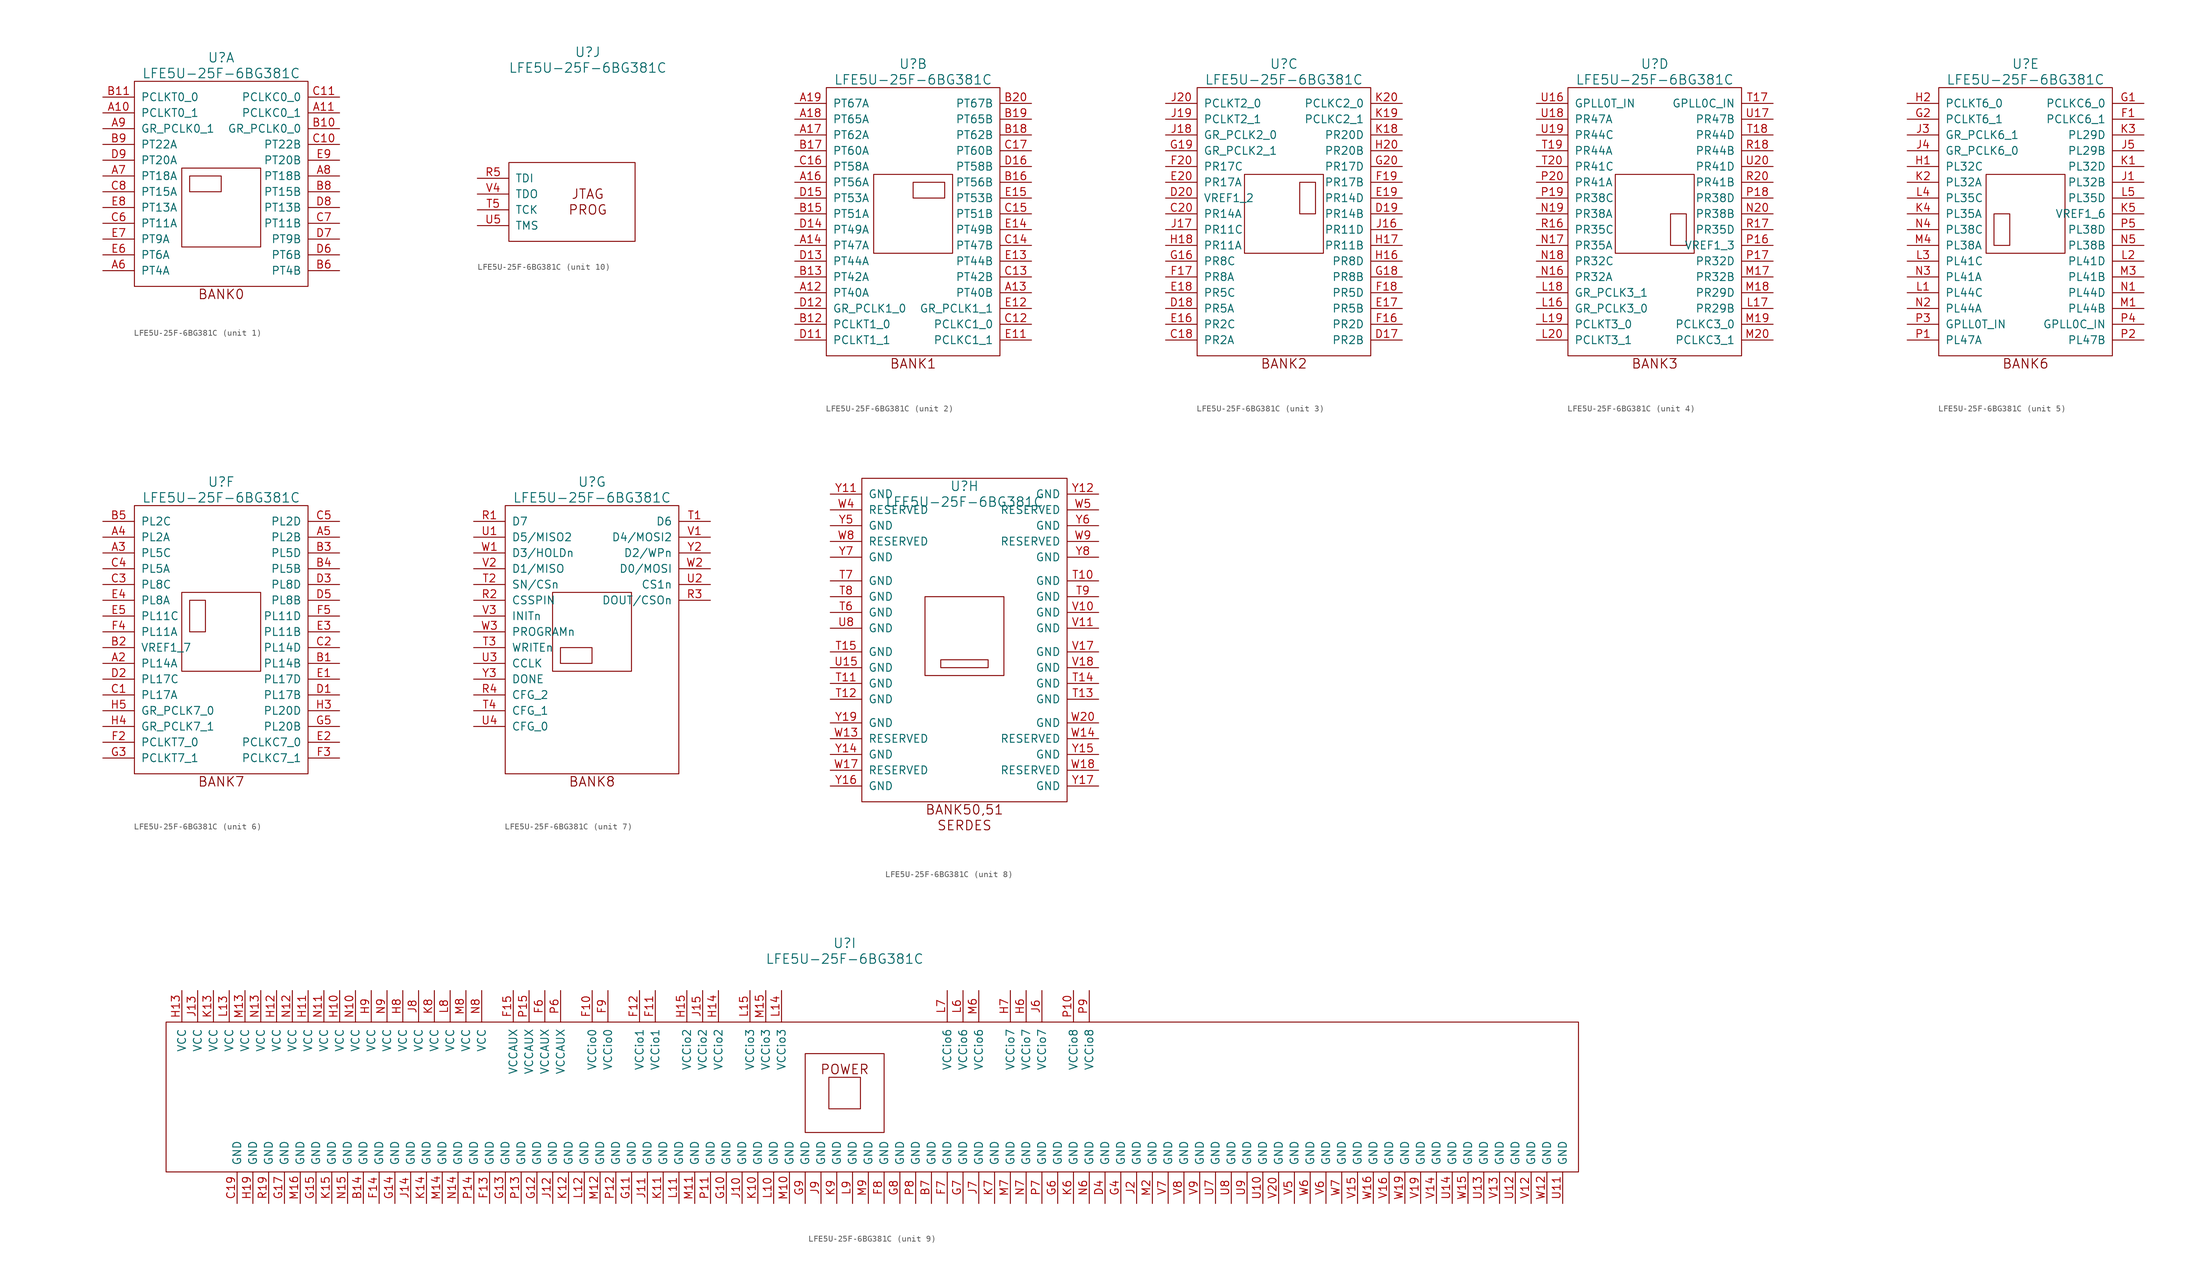
<source format=kicad_sym>
(kicad_symbol_lib
  (version 20241209)
  (generator "kicad_symbol_editor")
  (generator_version "9.0")
  (symbol "LFE5U-25F-6BG381C"
    (pin_names
      (offset 1.016))
    (property "Reference" "U"
      (at 0 24.13 0)
      (effects (font (size 1.524 1.524))))
    (property "Value" "LFE5U-25F-6BG381C"
      (at 0 21.59 0)
      (effects (font (size 1.524 1.524))))
    (property "Footprint" ""
      (at -26.67 24.13 0)
      (effects (font (size 1.524 1.524))))
    (property "Datasheet" ""
      (at -26.67 24.13 0)
      (effects (font (size 1.524 1.524))))
    (property "ki_locked" ""
      (at 0 0 0)
      (effects (font (size 1.27 1.27))))
    (symbol "LFE5U-25F-6BG381C_1_1"
      (rectangle (start -13.97 20.32) (end 13.97 -12.7) (stroke (width 0) (type solid)) (fill (type none)))
      (rectangle (start -6.35 6.35) (end 6.35 -6.35) (stroke (width 0) (type solid)) (fill (type none)))
      (rectangle (start -5.08 5.08) (end 0 2.54) (stroke (width 0) (type solid)) (fill (type none)))
      (text "BANK0" (at 0 -13.97 0) (effects (font (size 1.524 1.524))))
      (pin input line (at -19.05 17.78 0) (length 5.08) (name "PCLKT0_0" (effects (font (size 1.27 1.27)))) (number "B11" (effects (font (size 1.27 1.27)))))
      (pin input line (at -19.05 15.24 0) (length 5.08) (name "PCLKT0_1" (effects (font (size 1.27 1.27)))) (number "A10" (effects (font (size 1.27 1.27)))))
      (pin input line (at -19.05 12.7 0) (length 5.08) (name "GR_PCLK0_1" (effects (font (size 1.27 1.27)))) (number "A9" (effects (font (size 1.27 1.27)))))
      (pin input line (at -19.05 10.16 0) (length 5.08) (name "PT22A" (effects (font (size 1.27 1.27)))) (number "B9" (effects (font (size 1.27 1.27)))))
      (pin input line (at -19.05 7.62 0) (length 5.08) (name "PT20A" (effects (font (size 1.27 1.27)))) (number "D9" (effects (font (size 1.27 1.27)))))
      (pin input line (at -19.05 5.08 0) (length 5.08) (name "PT18A" (effects (font (size 1.27 1.27)))) (number "A7" (effects (font (size 1.27 1.27)))))
      (pin input line (at -19.05 2.54 0) (length 5.08) (name "PT15A" (effects (font (size 1.27 1.27)))) (number "C8" (effects (font (size 1.27 1.27)))))
      (pin input line (at -19.05 0 0) (length 5.08) (name "PT13A" (effects (font (size 1.27 1.27)))) (number "E8" (effects (font (size 1.27 1.27)))))
      (pin input line (at -19.05 -2.54 0) (length 5.08) (name "PT11A" (effects (font (size 1.27 1.27)))) (number "C6" (effects (font (size 1.27 1.27)))))
      (pin input line (at -19.05 -5.08 0) (length 5.08) (name "PT9A" (effects (font (size 1.27 1.27)))) (number "E7" (effects (font (size 1.27 1.27)))))
      (pin input line (at -19.05 -7.62 0) (length 5.08) (name "PT6A" (effects (font (size 1.27 1.27)))) (number "E6" (effects (font (size 1.27 1.27)))))
      (pin input line (at -19.05 -10.16 0) (length 5.08) (name "PT4A" (effects (font (size 1.27 1.27)))) (number "A6" (effects (font (size 1.27 1.27)))))
      (pin input line (at 19.05 17.78 180) (length 5.08) (name "PCLKC0_0" (effects (font (size 1.27 1.27)))) (number "C11" (effects (font (size 1.27 1.27)))))
      (pin input line (at 19.05 15.24 180) (length 5.08) (name "PCLKC0_1" (effects (font (size 1.27 1.27)))) (number "A11" (effects (font (size 1.27 1.27)))))
      (pin input line (at 19.05 12.7 180) (length 5.08) (name "GR_PCLK0_0" (effects (font (size 1.27 1.27)))) (number "B10" (effects (font (size 1.27 1.27)))))
      (pin input line (at 19.05 10.16 180) (length 5.08) (name "PT22B" (effects (font (size 1.27 1.27)))) (number "C10" (effects (font (size 1.27 1.27)))))
      (pin input line (at 19.05 7.62 180) (length 5.08) (name "PT20B" (effects (font (size 1.27 1.27)))) (number "E9" (effects (font (size 1.27 1.27)))))
      (pin input line (at 19.05 5.08 180) (length 5.08) (name "PT18B" (effects (font (size 1.27 1.27)))) (number "A8" (effects (font (size 1.27 1.27)))))
      (pin input line (at 19.05 2.54 180) (length 5.08) (name "PT15B" (effects (font (size 1.27 1.27)))) (number "B8" (effects (font (size 1.27 1.27)))))
      (pin input line (at 19.05 0 180) (length 5.08) (name "PT13B" (effects (font (size 1.27 1.27)))) (number "D8" (effects (font (size 1.27 1.27)))))
      (pin input line (at 19.05 -2.54 180) (length 5.08) (name "PT11B" (effects (font (size 1.27 1.27)))) (number "C7" (effects (font (size 1.27 1.27)))))
      (pin input line (at 19.05 -5.08 180) (length 5.08) (name "PT9B" (effects (font (size 1.27 1.27)))) (number "D7" (effects (font (size 1.27 1.27)))))
      (pin input line (at 19.05 -7.62 180) (length 5.08) (name "PT6B" (effects (font (size 1.27 1.27)))) (number "D6" (effects (font (size 1.27 1.27)))))
      (pin input line (at 19.05 -10.16 180) (length 5.08) (name "PT4B" (effects (font (size 1.27 1.27)))) (number "B6" (effects (font (size 1.27 1.27))))))
    (symbol "LFE5U-25F-6BG381C_2_0"
      (text "BANK1" (at 0 -24.13 0) (effects (font (size 1.524 1.524)))))
    (symbol "LFE5U-25F-6BG381C_2_1"
      (rectangle (start -13.97 20.32) (end 13.97 -22.86) (stroke (width 0) (type solid)) (fill (type none)))
      (rectangle (start -6.35 6.35) (end 6.35 -6.35) (stroke (width 0) (type solid)) (fill (type none)))
      (rectangle (start 0 5.08) (end 5.08 2.54) (stroke (width 0) (type solid)) (fill (type none)))
      (pin input line (at -19.05 17.78 0) (length 5.08) (name "PT67A" (effects (font (size 1.27 1.27)))) (number "A19" (effects (font (size 1.27 1.27)))))
      (pin input line (at -19.05 15.24 0) (length 5.08) (name "PT65A" (effects (font (size 1.27 1.27)))) (number "A18" (effects (font (size 1.27 1.27)))))
      (pin input line (at -19.05 12.7 0) (length 5.08) (name "PT62A" (effects (font (size 1.27 1.27)))) (number "A17" (effects (font (size 1.27 1.27)))))
      (pin input line (at -19.05 10.16 0) (length 5.08) (name "PT60A" (effects (font (size 1.27 1.27)))) (number "B17" (effects (font (size 1.27 1.27)))))
      (pin input line (at -19.05 7.62 0) (length 5.08) (name "PT58A" (effects (font (size 1.27 1.27)))) (number "C16" (effects (font (size 1.27 1.27)))))
      (pin input line (at -19.05 5.08 0) (length 5.08) (name "PT56A" (effects (font (size 1.27 1.27)))) (number "A16" (effects (font (size 1.27 1.27)))))
      (pin input line (at -19.05 2.54 0) (length 5.08) (name "PT53A" (effects (font (size 1.27 1.27)))) (number "D15" (effects (font (size 1.27 1.27)))))
      (pin input line (at -19.05 0 0) (length 5.08) (name "PT51A" (effects (font (size 1.27 1.27)))) (number "B15" (effects (font (size 1.27 1.27)))))
      (pin input line (at -19.05 -2.54 0) (length 5.08) (name "PT49A" (effects (font (size 1.27 1.27)))) (number "D14" (effects (font (size 1.27 1.27)))))
      (pin input line (at -19.05 -5.08 0) (length 5.08) (name "PT47A" (effects (font (size 1.27 1.27)))) (number "A14" (effects (font (size 1.27 1.27)))))
      (pin input line (at -19.05 -7.62 0) (length 5.08) (name "PT44A" (effects (font (size 1.27 1.27)))) (number "D13" (effects (font (size 1.27 1.27)))))
      (pin input line (at -19.05 -10.16 0) (length 5.08) (name "PT42A" (effects (font (size 1.27 1.27)))) (number "B13" (effects (font (size 1.27 1.27)))))
      (pin input line (at -19.05 -12.7 0) (length 5.08) (name "PT40A" (effects (font (size 1.27 1.27)))) (number "A12" (effects (font (size 1.27 1.27)))))
      (pin input line (at -19.05 -15.24 0) (length 5.08) (name "GR_PCLK1_0" (effects (font (size 1.27 1.27)))) (number "D12" (effects (font (size 1.27 1.27)))))
      (pin input line (at -19.05 -17.78 0) (length 5.08) (name "PCLKT1_0" (effects (font (size 1.27 1.27)))) (number "B12" (effects (font (size 1.27 1.27)))))
      (pin input line (at -19.05 -20.32 0) (length 5.08) (name "PCLKT1_1" (effects (font (size 1.27 1.27)))) (number "D11" (effects (font (size 1.27 1.27)))))
      (pin input line (at 19.05 17.78 180) (length 5.08) (name "PT67B" (effects (font (size 1.27 1.27)))) (number "B20" (effects (font (size 1.27 1.27)))))
      (pin input line (at 19.05 15.24 180) (length 5.08) (name "PT65B" (effects (font (size 1.27 1.27)))) (number "B19" (effects (font (size 1.27 1.27)))))
      (pin input line (at 19.05 12.7 180) (length 5.08) (name "PT62B" (effects (font (size 1.27 1.27)))) (number "B18" (effects (font (size 1.27 1.27)))))
      (pin input line (at 19.05 10.16 180) (length 5.08) (name "PT60B" (effects (font (size 1.27 1.27)))) (number "C17" (effects (font (size 1.27 1.27)))))
      (pin input line (at 19.05 7.62 180) (length 5.08) (name "PT58B" (effects (font (size 1.27 1.27)))) (number "D16" (effects (font (size 1.27 1.27)))))
      (pin input line (at 19.05 5.08 180) (length 5.08) (name "PT56B" (effects (font (size 1.27 1.27)))) (number "B16" (effects (font (size 1.27 1.27)))))
      (pin input line (at 19.05 2.54 180) (length 5.08) (name "PT53B" (effects (font (size 1.27 1.27)))) (number "E15" (effects (font (size 1.27 1.27)))))
      (pin input line (at 19.05 0 180) (length 5.08) (name "PT51B" (effects (font (size 1.27 1.27)))) (number "C15" (effects (font (size 1.27 1.27)))))
      (pin input line (at 19.05 -2.54 180) (length 5.08) (name "PT49B" (effects (font (size 1.27 1.27)))) (number "E14" (effects (font (size 1.27 1.27)))))
      (pin input line (at 19.05 -5.08 180) (length 5.08) (name "PT47B" (effects (font (size 1.27 1.27)))) (number "C14" (effects (font (size 1.27 1.27)))))
      (pin input line (at 19.05 -7.62 180) (length 5.08) (name "PT44B" (effects (font (size 1.27 1.27)))) (number "E13" (effects (font (size 1.27 1.27)))))
      (pin input line (at 19.05 -10.16 180) (length 5.08) (name "PT42B" (effects (font (size 1.27 1.27)))) (number "C13" (effects (font (size 1.27 1.27)))))
      (pin input line (at 19.05 -12.7 180) (length 5.08) (name "PT40B" (effects (font (size 1.27 1.27)))) (number "A13" (effects (font (size 1.27 1.27)))))
      (pin input line (at 19.05 -15.24 180) (length 5.08) (name "GR_PCLK1_1" (effects (font (size 1.27 1.27)))) (number "E12" (effects (font (size 1.27 1.27)))))
      (pin input line (at 19.05 -17.78 180) (length 5.08) (name "PCLKC1_0" (effects (font (size 1.27 1.27)))) (number "C12" (effects (font (size 1.27 1.27)))))
      (pin input line (at 19.05 -20.32 180) (length 5.08) (name "PCLKC1_1" (effects (font (size 1.27 1.27)))) (number "E11" (effects (font (size 1.27 1.27))))))
    (symbol "LFE5U-25F-6BG381C_3_0"
      (text "BANK2" (at 0 -24.13 0) (effects (font (size 1.524 1.524)))))
    (symbol "LFE5U-25F-6BG381C_3_1"
      (rectangle (start -13.97 20.32) (end 13.97 -22.86) (stroke (width 0) (type solid)) (fill (type none)))
      (rectangle (start -6.35 6.35) (end 6.35 -6.35) (stroke (width 0) (type solid)) (fill (type none)))
      (rectangle (start 5.08 5.08) (end 2.54 0) (stroke (width 0) (type solid)) (fill (type none)))
      (pin input line (at -19.05 17.78 0) (length 5.08) (name "PCLKT2_0" (effects (font (size 1.27 1.27)))) (number "J20" (effects (font (size 1.27 1.27)))))
      (pin input line (at -19.05 15.24 0) (length 5.08) (name "PCLKT2_1" (effects (font (size 1.27 1.27)))) (number "J19" (effects (font (size 1.27 1.27)))))
      (pin input line (at -19.05 12.7 0) (length 5.08) (name "GR_PCLK2_0" (effects (font (size 1.27 1.27)))) (number "J18" (effects (font (size 1.27 1.27)))))
      (pin input line (at -19.05 10.16 0) (length 5.08) (name "GR_PCLK2_1" (effects (font (size 1.27 1.27)))) (number "G19" (effects (font (size 1.27 1.27)))))
      (pin input line (at -19.05 7.62 0) (length 5.08) (name "PR17C" (effects (font (size 1.27 1.27)))) (number "F20" (effects (font (size 1.27 1.27)))))
      (pin input line (at -19.05 5.08 0) (length 5.08) (name "PR17A" (effects (font (size 1.27 1.27)))) (number "E20" (effects (font (size 1.27 1.27)))))
      (pin input line (at -19.05 2.54 0) (length 5.08) (name "VREF1_2" (effects (font (size 1.27 1.27)))) (number "D20" (effects (font (size 1.27 1.27)))))
      (pin input line (at -19.05 0 0) (length 5.08) (name "PR14A" (effects (font (size 1.27 1.27)))) (number "C20" (effects (font (size 1.27 1.27)))))
      (pin input line (at -19.05 -2.54 0) (length 5.08) (name "PR11C" (effects (font (size 1.27 1.27)))) (number "J17" (effects (font (size 1.27 1.27)))))
      (pin input line (at -19.05 -5.08 0) (length 5.08) (name "PR11A" (effects (font (size 1.27 1.27)))) (number "H18" (effects (font (size 1.27 1.27)))))
      (pin input line (at -19.05 -7.62 0) (length 5.08) (name "PR8C" (effects (font (size 1.27 1.27)))) (number "G16" (effects (font (size 1.27 1.27)))))
      (pin input line (at -19.05 -10.16 0) (length 5.08) (name "PR8A" (effects (font (size 1.27 1.27)))) (number "F17" (effects (font (size 1.27 1.27)))))
      (pin input line (at -19.05 -12.7 0) (length 5.08) (name "PR5C" (effects (font (size 1.27 1.27)))) (number "E18" (effects (font (size 1.27 1.27)))))
      (pin input line (at -19.05 -15.24 0) (length 5.08) (name "PR5A" (effects (font (size 1.27 1.27)))) (number "D18" (effects (font (size 1.27 1.27)))))
      (pin input line (at -19.05 -17.78 0) (length 5.08) (name "PR2C" (effects (font (size 1.27 1.27)))) (number "E16" (effects (font (size 1.27 1.27)))))
      (pin input line (at -19.05 -20.32 0) (length 5.08) (name "PR2A" (effects (font (size 1.27 1.27)))) (number "C18" (effects (font (size 1.27 1.27)))))
      (pin input line (at 19.05 17.78 180) (length 5.08) (name "PCLKC2_0" (effects (font (size 1.27 1.27)))) (number "K20" (effects (font (size 1.27 1.27)))))
      (pin input line (at 19.05 15.24 180) (length 5.08) (name "PCLKC2_1" (effects (font (size 1.27 1.27)))) (number "K19" (effects (font (size 1.27 1.27)))))
      (pin input line (at 19.05 12.7 180) (length 5.08) (name "PR20D" (effects (font (size 1.27 1.27)))) (number "K18" (effects (font (size 1.27 1.27)))))
      (pin input line (at 19.05 10.16 180) (length 5.08) (name "PR20B" (effects (font (size 1.27 1.27)))) (number "H20" (effects (font (size 1.27 1.27)))))
      (pin input line (at 19.05 7.62 180) (length 5.08) (name "PR17D" (effects (font (size 1.27 1.27)))) (number "G20" (effects (font (size 1.27 1.27)))))
      (pin input line (at 19.05 5.08 180) (length 5.08) (name "PR17B" (effects (font (size 1.27 1.27)))) (number "F19" (effects (font (size 1.27 1.27)))))
      (pin input line (at 19.05 2.54 180) (length 5.08) (name "PR14D" (effects (font (size 1.27 1.27)))) (number "E19" (effects (font (size 1.27 1.27)))))
      (pin input line (at 19.05 0 180) (length 5.08) (name "PR14B" (effects (font (size 1.27 1.27)))) (number "D19" (effects (font (size 1.27 1.27)))))
      (pin input line (at 19.05 -2.54 180) (length 5.08) (name "PR11D" (effects (font (size 1.27 1.27)))) (number "J16" (effects (font (size 1.27 1.27)))))
      (pin input line (at 19.05 -5.08 180) (length 5.08) (name "PR11B" (effects (font (size 1.27 1.27)))) (number "H17" (effects (font (size 1.27 1.27)))))
      (pin input line (at 19.05 -7.62 180) (length 5.08) (name "PR8D" (effects (font (size 1.27 1.27)))) (number "H16" (effects (font (size 1.27 1.27)))))
      (pin input line (at 19.05 -10.16 180) (length 5.08) (name "PR8B" (effects (font (size 1.27 1.27)))) (number "G18" (effects (font (size 1.27 1.27)))))
      (pin input line (at 19.05 -12.7 180) (length 5.08) (name "PR5D" (effects (font (size 1.27 1.27)))) (number "F18" (effects (font (size 1.27 1.27)))))
      (pin input line (at 19.05 -15.24 180) (length 5.08) (name "PR5B" (effects (font (size 1.27 1.27)))) (number "E17" (effects (font (size 1.27 1.27)))))
      (pin input line (at 19.05 -17.78 180) (length 5.08) (name "PR2D" (effects (font (size 1.27 1.27)))) (number "F16" (effects (font (size 1.27 1.27)))))
      (pin input line (at 19.05 -20.32 180) (length 5.08) (name "PR2B" (effects (font (size 1.27 1.27)))) (number "D17" (effects (font (size 1.27 1.27))))))
    (symbol "LFE5U-25F-6BG381C_4_0"
      (text "BANK3" (at 0 -24.13 0) (effects (font (size 1.524 1.524)))))
    (symbol "LFE5U-25F-6BG381C_4_1"
      (rectangle (start -13.97 20.32) (end 13.97 -22.86) (stroke (width 0) (type solid)) (fill (type none)))
      (rectangle (start -6.35 6.35) (end 6.35 -6.35) (stroke (width 0) (type solid)) (fill (type none)))
      (rectangle (start 2.54 0) (end 5.08 -5.08) (stroke (width 0) (type solid)) (fill (type none)))
      (pin input line (at -19.05 17.78 0) (length 5.08) (name "GPLL0T_IN" (effects (font (size 1.27 1.27)))) (number "U16" (effects (font (size 1.27 1.27)))))
      (pin input line (at -19.05 15.24 0) (length 5.08) (name "PR47A" (effects (font (size 1.27 1.27)))) (number "U18" (effects (font (size 1.27 1.27)))))
      (pin input line (at -19.05 12.7 0) (length 5.08) (name "PR44C" (effects (font (size 1.27 1.27)))) (number "U19" (effects (font (size 1.27 1.27)))))
      (pin input line (at -19.05 10.16 0) (length 5.08) (name "PR44A" (effects (font (size 1.27 1.27)))) (number "T19" (effects (font (size 1.27 1.27)))))
      (pin input line (at -19.05 7.62 0) (length 5.08) (name "PR41C" (effects (font (size 1.27 1.27)))) (number "T20" (effects (font (size 1.27 1.27)))))
      (pin input line (at -19.05 5.08 0) (length 5.08) (name "PR41A" (effects (font (size 1.27 1.27)))) (number "P20" (effects (font (size 1.27 1.27)))))
      (pin input line (at -19.05 2.54 0) (length 5.08) (name "PR38C" (effects (font (size 1.27 1.27)))) (number "P19" (effects (font (size 1.27 1.27)))))
      (pin input line (at -19.05 0 0) (length 5.08) (name "PR38A" (effects (font (size 1.27 1.27)))) (number "N19" (effects (font (size 1.27 1.27)))))
      (pin input line (at -19.05 -2.54 0) (length 5.08) (name "PR35C" (effects (font (size 1.27 1.27)))) (number "R16" (effects (font (size 1.27 1.27)))))
      (pin input line (at -19.05 -5.08 0) (length 5.08) (name "PR35A" (effects (font (size 1.27 1.27)))) (number "N17" (effects (font (size 1.27 1.27)))))
      (pin input line (at -19.05 -7.62 0) (length 5.08) (name "PR32C" (effects (font (size 1.27 1.27)))) (number "N18" (effects (font (size 1.27 1.27)))))
      (pin input line (at -19.05 -10.16 0) (length 5.08) (name "PR32A" (effects (font (size 1.27 1.27)))) (number "N16" (effects (font (size 1.27 1.27)))))
      (pin input line (at -19.05 -12.7 0) (length 5.08) (name "GR_PCLK3_1" (effects (font (size 1.27 1.27)))) (number "L18" (effects (font (size 1.27 1.27)))))
      (pin input line (at -19.05 -15.24 0) (length 5.08) (name "GR_PCLK3_0" (effects (font (size 1.27 1.27)))) (number "L16" (effects (font (size 1.27 1.27)))))
      (pin input line (at -19.05 -17.78 0) (length 5.08) (name "PCLKT3_0" (effects (font (size 1.27 1.27)))) (number "L19" (effects (font (size 1.27 1.27)))))
      (pin input line (at -19.05 -20.32 0) (length 5.08) (name "PCLKT3_1" (effects (font (size 1.27 1.27)))) (number "L20" (effects (font (size 1.27 1.27)))))
      (pin input line (at 19.05 17.78 180) (length 5.08) (name "GPLL0C_IN" (effects (font (size 1.27 1.27)))) (number "T17" (effects (font (size 1.27 1.27)))))
      (pin input line (at 19.05 15.24 180) (length 5.08) (name "PR47B" (effects (font (size 1.27 1.27)))) (number "U17" (effects (font (size 1.27 1.27)))))
      (pin input line (at 19.05 12.7 180) (length 5.08) (name "PR44D" (effects (font (size 1.27 1.27)))) (number "T18" (effects (font (size 1.27 1.27)))))
      (pin input line (at 19.05 10.16 180) (length 5.08) (name "PR44B" (effects (font (size 1.27 1.27)))) (number "R18" (effects (font (size 1.27 1.27)))))
      (pin input line (at 19.05 7.62 180) (length 5.08) (name "PR41D" (effects (font (size 1.27 1.27)))) (number "U20" (effects (font (size 1.27 1.27)))))
      (pin input line (at 19.05 5.08 180) (length 5.08) (name "PR41B" (effects (font (size 1.27 1.27)))) (number "R20" (effects (font (size 1.27 1.27)))))
      (pin input line (at 19.05 2.54 180) (length 5.08) (name "PR38D" (effects (font (size 1.27 1.27)))) (number "P18" (effects (font (size 1.27 1.27)))))
      (pin input line (at 19.05 0 180) (length 5.08) (name "PR38B" (effects (font (size 1.27 1.27)))) (number "N20" (effects (font (size 1.27 1.27)))))
      (pin input line (at 19.05 -2.54 180) (length 5.08) (name "PR35D" (effects (font (size 1.27 1.27)))) (number "R17" (effects (font (size 1.27 1.27)))))
      (pin input line (at 19.05 -5.08 180) (length 5.08) (name "VREF1_3" (effects (font (size 1.27 1.27)))) (number "P16" (effects (font (size 1.27 1.27)))))
      (pin input line (at 19.05 -7.62 180) (length 5.08) (name "PR32D" (effects (font (size 1.27 1.27)))) (number "P17" (effects (font (size 1.27 1.27)))))
      (pin input line (at 19.05 -10.16 180) (length 5.08) (name "PR32B" (effects (font (size 1.27 1.27)))) (number "M17" (effects (font (size 1.27 1.27)))))
      (pin input line (at 19.05 -12.7 180) (length 5.08) (name "PR29D" (effects (font (size 1.27 1.27)))) (number "M18" (effects (font (size 1.27 1.27)))))
      (pin input line (at 19.05 -15.24 180) (length 5.08) (name "PR29B" (effects (font (size 1.27 1.27)))) (number "L17" (effects (font (size 1.27 1.27)))))
      (pin input line (at 19.05 -17.78 180) (length 5.08) (name "PCLKC3_0" (effects (font (size 1.27 1.27)))) (number "M19" (effects (font (size 1.27 1.27)))))
      (pin input line (at 19.05 -20.32 180) (length 5.08) (name "PCLKC3_1" (effects (font (size 1.27 1.27)))) (number "M20" (effects (font (size 1.27 1.27))))))
    (symbol "LFE5U-25F-6BG381C_5_0"
      (text "BANK6" (at 0 -24.13 0) (effects (font (size 1.524 1.524)))))
    (symbol "LFE5U-25F-6BG381C_5_1"
      (rectangle (start -13.97 20.32) (end 13.97 -22.86) (stroke (width 0) (type solid)) (fill (type none)))
      (rectangle (start -6.35 6.35) (end 6.35 -6.35) (stroke (width 0) (type solid)) (fill (type none)))
      (rectangle (start -5.08 0) (end -2.54 -5.08) (stroke (width 0) (type solid)) (fill (type none)))
      (pin input line (at -19.05 17.78 0) (length 5.08) (name "PCLKT6_0" (effects (font (size 1.27 1.27)))) (number "H2" (effects (font (size 1.27 1.27)))))
      (pin input line (at -19.05 15.24 0) (length 5.08) (name "PCLKT6_1" (effects (font (size 1.27 1.27)))) (number "G2" (effects (font (size 1.27 1.27)))))
      (pin input line (at -19.05 12.7 0) (length 5.08) (name "GR_PCLK6_1" (effects (font (size 1.27 1.27)))) (number "J3" (effects (font (size 1.27 1.27)))))
      (pin input line (at -19.05 10.16 0) (length 5.08) (name "GR_PCLK6_0" (effects (font (size 1.27 1.27)))) (number "J4" (effects (font (size 1.27 1.27)))))
      (pin input line (at -19.05 7.62 0) (length 5.08) (name "PL32C" (effects (font (size 1.27 1.27)))) (number "H1" (effects (font (size 1.27 1.27)))))
      (pin input line (at -19.05 5.08 0) (length 5.08) (name "PL32A" (effects (font (size 1.27 1.27)))) (number "K2" (effects (font (size 1.27 1.27)))))
      (pin input line (at -19.05 2.54 0) (length 5.08) (name "PL35C" (effects (font (size 1.27 1.27)))) (number "L4" (effects (font (size 1.27 1.27)))))
      (pin input line (at -19.05 0 0) (length 5.08) (name "PL35A" (effects (font (size 1.27 1.27)))) (number "K4" (effects (font (size 1.27 1.27)))))
      (pin input line (at -19.05 -2.54 0) (length 5.08) (name "PL38C" (effects (font (size 1.27 1.27)))) (number "N4" (effects (font (size 1.27 1.27)))))
      (pin input line (at -19.05 -5.08 0) (length 5.08) (name "PL38A" (effects (font (size 1.27 1.27)))) (number "M4" (effects (font (size 1.27 1.27)))))
      (pin input line (at -19.05 -7.62 0) (length 5.08) (name "PL41C" (effects (font (size 1.27 1.27)))) (number "L3" (effects (font (size 1.27 1.27)))))
      (pin input line (at -19.05 -10.16 0) (length 5.08) (name "PL41A" (effects (font (size 1.27 1.27)))) (number "N3" (effects (font (size 1.27 1.27)))))
      (pin input line (at -19.05 -12.7 0) (length 5.08) (name "PL44C" (effects (font (size 1.27 1.27)))) (number "L1" (effects (font (size 1.27 1.27)))))
      (pin input line (at -19.05 -15.24 0) (length 5.08) (name "PL44A" (effects (font (size 1.27 1.27)))) (number "N2" (effects (font (size 1.27 1.27)))))
      (pin input line (at -19.05 -17.78 0) (length 5.08) (name "GPLL0T_IN" (effects (font (size 1.27 1.27)))) (number "P3" (effects (font (size 1.27 1.27)))))
      (pin input line (at -19.05 -20.32 0) (length 5.08) (name "PL47A" (effects (font (size 1.27 1.27)))) (number "P1" (effects (font (size 1.27 1.27)))))
      (pin input line (at 19.05 17.78 180) (length 5.08) (name "PCLKC6_0" (effects (font (size 1.27 1.27)))) (number "G1" (effects (font (size 1.27 1.27)))))
      (pin input line (at 19.05 15.24 180) (length 5.08) (name "PCLKC6_1" (effects (font (size 1.27 1.27)))) (number "F1" (effects (font (size 1.27 1.27)))))
      (pin input line (at 19.05 12.7 180) (length 5.08) (name "PL29D" (effects (font (size 1.27 1.27)))) (number "K3" (effects (font (size 1.27 1.27)))))
      (pin input line (at 19.05 10.16 180) (length 5.08) (name "PL29B" (effects (font (size 1.27 1.27)))) (number "J5" (effects (font (size 1.27 1.27)))))
      (pin input line (at 19.05 7.62 180) (length 5.08) (name "PL32D" (effects (font (size 1.27 1.27)))) (number "K1" (effects (font (size 1.27 1.27)))))
      (pin input line (at 19.05 5.08 180) (length 5.08) (name "PL32B" (effects (font (size 1.27 1.27)))) (number "J1" (effects (font (size 1.27 1.27)))))
      (pin input line (at 19.05 2.54 180) (length 5.08) (name "PL35D" (effects (font (size 1.27 1.27)))) (number "L5" (effects (font (size 1.27 1.27)))))
      (pin input line (at 19.05 0 180) (length 5.08) (name "VREF1_6" (effects (font (size 1.27 1.27)))) (number "K5" (effects (font (size 1.27 1.27)))))
      (pin input line (at 19.05 -2.54 180) (length 5.08) (name "PL38D" (effects (font (size 1.27 1.27)))) (number "P5" (effects (font (size 1.27 1.27)))))
      (pin input line (at 19.05 -5.08 180) (length 5.08) (name "PL38B" (effects (font (size 1.27 1.27)))) (number "N5" (effects (font (size 1.27 1.27)))))
      (pin input line (at 19.05 -7.62 180) (length 5.08) (name "PL41D" (effects (font (size 1.27 1.27)))) (number "L2" (effects (font (size 1.27 1.27)))))
      (pin input line (at 19.05 -10.16 180) (length 5.08) (name "PL41B" (effects (font (size 1.27 1.27)))) (number "M3" (effects (font (size 1.27 1.27)))))
      (pin input line (at 19.05 -12.7 180) (length 5.08) (name "PL44D" (effects (font (size 1.27 1.27)))) (number "N1" (effects (font (size 1.27 1.27)))))
      (pin input line (at 19.05 -15.24 180) (length 5.08) (name "PL44B" (effects (font (size 1.27 1.27)))) (number "M1" (effects (font (size 1.27 1.27)))))
      (pin input line (at 19.05 -17.78 180) (length 5.08) (name "GPLL0C_IN" (effects (font (size 1.27 1.27)))) (number "P4" (effects (font (size 1.27 1.27)))))
      (pin input line (at 19.05 -20.32 180) (length 5.08) (name "PL47B" (effects (font (size 1.27 1.27)))) (number "P2" (effects (font (size 1.27 1.27))))))
    (symbol "LFE5U-25F-6BG381C_6_0"
      (text "BANK7" (at 0 -24.13 0) (effects (font (size 1.524 1.524)))))
    (symbol "LFE5U-25F-6BG381C_6_1"
      (rectangle (start -13.97 20.32) (end 13.97 -22.86) (stroke (width 0) (type solid)) (fill (type none)))
      (rectangle (start -6.35 6.35) (end 6.35 -6.35) (stroke (width 0) (type solid)) (fill (type none)))
      (rectangle (start -5.08 5.08) (end -2.54 0) (stroke (width 0) (type solid)) (fill (type none)))
      (pin input line (at -19.05 17.78 0) (length 5.08) (name "PL2C" (effects (font (size 1.27 1.27)))) (number "B5" (effects (font (size 1.27 1.27)))))
      (pin input line (at -19.05 15.24 0) (length 5.08) (name "PL2A" (effects (font (size 1.27 1.27)))) (number "A4" (effects (font (size 1.27 1.27)))))
      (pin input line (at -19.05 12.7 0) (length 5.08) (name "PL5C" (effects (font (size 1.27 1.27)))) (number "A3" (effects (font (size 1.27 1.27)))))
      (pin input line (at -19.05 10.16 0) (length 5.08) (name "PL5A" (effects (font (size 1.27 1.27)))) (number "C4" (effects (font (size 1.27 1.27)))))
      (pin input line (at -19.05 7.62 0) (length 5.08) (name "PL8C" (effects (font (size 1.27 1.27)))) (number "C3" (effects (font (size 1.27 1.27)))))
      (pin input line (at -19.05 5.08 0) (length 5.08) (name "PL8A" (effects (font (size 1.27 1.27)))) (number "E4" (effects (font (size 1.27 1.27)))))
      (pin input line (at -19.05 2.54 0) (length 5.08) (name "PL11C" (effects (font (size 1.27 1.27)))) (number "E5" (effects (font (size 1.27 1.27)))))
      (pin input line (at -19.05 0 0) (length 5.08) (name "PL11A" (effects (font (size 1.27 1.27)))) (number "F4" (effects (font (size 1.27 1.27)))))
      (pin input line (at -19.05 -2.54 0) (length 5.08) (name "VREF1_7" (effects (font (size 1.27 1.27)))) (number "B2" (effects (font (size 1.27 1.27)))))
      (pin input line (at -19.05 -5.08 0) (length 5.08) (name "PL14A" (effects (font (size 1.27 1.27)))) (number "A2" (effects (font (size 1.27 1.27)))))
      (pin input line (at -19.05 -7.62 0) (length 5.08) (name "PL17C" (effects (font (size 1.27 1.27)))) (number "D2" (effects (font (size 1.27 1.27)))))
      (pin input line (at -19.05 -10.16 0) (length 5.08) (name "PL17A" (effects (font (size 1.27 1.27)))) (number "C1" (effects (font (size 1.27 1.27)))))
      (pin input line (at -19.05 -12.7 0) (length 5.08) (name "GR_PCLK7_0" (effects (font (size 1.27 1.27)))) (number "H5" (effects (font (size 1.27 1.27)))))
      (pin input line (at -19.05 -15.24 0) (length 5.08) (name "GR_PCLK7_1" (effects (font (size 1.27 1.27)))) (number "H4" (effects (font (size 1.27 1.27)))))
      (pin input line (at -19.05 -17.78 0) (length 5.08) (name "PCLKT7_0" (effects (font (size 1.27 1.27)))) (number "F2" (effects (font (size 1.27 1.27)))))
      (pin input line (at -19.05 -20.32 0) (length 5.08) (name "PCLKT7_1" (effects (font (size 1.27 1.27)))) (number "G3" (effects (font (size 1.27 1.27)))))
      (pin input line (at 19.05 17.78 180) (length 5.08) (name "PL2D" (effects (font (size 1.27 1.27)))) (number "C5" (effects (font (size 1.27 1.27)))))
      (pin input line (at 19.05 15.24 180) (length 5.08) (name "PL2B" (effects (font (size 1.27 1.27)))) (number "A5" (effects (font (size 1.27 1.27)))))
      (pin input line (at 19.05 12.7 180) (length 5.08) (name "PL5D" (effects (font (size 1.27 1.27)))) (number "B3" (effects (font (size 1.27 1.27)))))
      (pin input line (at 19.05 10.16 180) (length 5.08) (name "PL5B" (effects (font (size 1.27 1.27)))) (number "B4" (effects (font (size 1.27 1.27)))))
      (pin input line (at 19.05 7.62 180) (length 5.08) (name "PL8D" (effects (font (size 1.27 1.27)))) (number "D3" (effects (font (size 1.27 1.27)))))
      (pin input line (at 19.05 5.08 180) (length 5.08) (name "PL8B" (effects (font (size 1.27 1.27)))) (number "D5" (effects (font (size 1.27 1.27)))))
      (pin input line (at 19.05 2.54 180) (length 5.08) (name "PL11D" (effects (font (size 1.27 1.27)))) (number "F5" (effects (font (size 1.27 1.27)))))
      (pin input line (at 19.05 0 180) (length 5.08) (name "PL11B" (effects (font (size 1.27 1.27)))) (number "E3" (effects (font (size 1.27 1.27)))))
      (pin input line (at 19.05 -2.54 180) (length 5.08) (name "PL14D" (effects (font (size 1.27 1.27)))) (number "C2" (effects (font (size 1.27 1.27)))))
      (pin input line (at 19.05 -5.08 180) (length 5.08) (name "PL14B" (effects (font (size 1.27 1.27)))) (number "B1" (effects (font (size 1.27 1.27)))))
      (pin input line (at 19.05 -7.62 180) (length 5.08) (name "PL17D" (effects (font (size 1.27 1.27)))) (number "E1" (effects (font (size 1.27 1.27)))))
      (pin input line (at 19.05 -10.16 180) (length 5.08) (name "PL17B" (effects (font (size 1.27 1.27)))) (number "D1" (effects (font (size 1.27 1.27)))))
      (pin input line (at 19.05 -12.7 180) (length 5.08) (name "PL20D" (effects (font (size 1.27 1.27)))) (number "H3" (effects (font (size 1.27 1.27)))))
      (pin input line (at 19.05 -15.24 180) (length 5.08) (name "PL20B" (effects (font (size 1.27 1.27)))) (number "G5" (effects (font (size 1.27 1.27)))))
      (pin input line (at 19.05 -17.78 180) (length 5.08) (name "PCLKC7_0" (effects (font (size 1.27 1.27)))) (number "E2" (effects (font (size 1.27 1.27)))))
      (pin input line (at 19.05 -20.32 180) (length 5.08) (name "PCLKC7_1" (effects (font (size 1.27 1.27)))) (number "F3" (effects (font (size 1.27 1.27))))))
    (symbol "LFE5U-25F-6BG381C_7_0"
      (text "BANK8" (at 0 -24.13 0) (effects (font (size 1.524 1.524)))))
    (symbol "LFE5U-25F-6BG381C_7_1"
      (rectangle (start -13.97 20.32) (end 13.97 -22.86) (stroke (width 0) (type solid)) (fill (type none)))
      (rectangle (start -6.35 6.35) (end 6.35 -6.35) (stroke (width 0) (type solid)) (fill (type none)))
      (rectangle (start -5.08 -5.08) (end 0 -2.54) (stroke (width 0) (type solid)) (fill (type none)))
      (pin input line (at -19.05 17.78 0) (length 5.08) (name "D7" (effects (font (size 1.27 1.27)))) (number "R1" (effects (font (size 1.27 1.27)))))
      (pin input line (at -19.05 15.24 0) (length 5.08) (name "D5/MISO2" (effects (font (size 1.27 1.27)))) (number "U1" (effects (font (size 1.27 1.27)))))
      (pin input line (at -19.05 12.7 0) (length 5.08) (name "D3/HOLDn" (effects (font (size 1.27 1.27)))) (number "W1" (effects (font (size 1.27 1.27)))))
      (pin input line (at -19.05 10.16 0) (length 5.08) (name "D1/MISO" (effects (font (size 1.27 1.27)))) (number "V2" (effects (font (size 1.27 1.27)))))
      (pin input line (at -19.05 7.62 0) (length 5.08) (name "SN/CSn" (effects (font (size 1.27 1.27)))) (number "T2" (effects (font (size 1.27 1.27)))))
      (pin input line (at -19.05 5.08 0) (length 5.08) (name "CSSPIN" (effects (font (size 1.27 1.27)))) (number "R2" (effects (font (size 1.27 1.27)))))
      (pin input line (at -19.05 2.54 0) (length 5.08) (name "INITn" (effects (font (size 1.27 1.27)))) (number "V3" (effects (font (size 1.27 1.27)))))
      (pin input line (at -19.05 0 0) (length 5.08) (name "PROGRAMn" (effects (font (size 1.27 1.27)))) (number "W3" (effects (font (size 1.27 1.27)))))
      (pin input line (at -19.05 -2.54 0) (length 5.08) (name "WRITEn" (effects (font (size 1.27 1.27)))) (number "T3" (effects (font (size 1.27 1.27)))))
      (pin input line (at -19.05 -5.08 0) (length 5.08) (name "CCLK" (effects (font (size 1.27 1.27)))) (number "U3" (effects (font (size 1.27 1.27)))))
      (pin input line (at -19.05 -7.62 0) (length 5.08) (name "DONE" (effects (font (size 1.27 1.27)))) (number "Y3" (effects (font (size 1.27 1.27)))))
      (pin input line (at -19.05 -10.16 0) (length 5.08) (name "CFG_2" (effects (font (size 1.27 1.27)))) (number "R4" (effects (font (size 1.27 1.27)))))
      (pin input line (at -19.05 -12.7 0) (length 5.08) (name "CFG_1" (effects (font (size 1.27 1.27)))) (number "T4" (effects (font (size 1.27 1.27)))))
      (pin input line (at -19.05 -15.24 0) (length 5.08) (name "CFG_0" (effects (font (size 1.27 1.27)))) (number "U4" (effects (font (size 1.27 1.27)))))
      (pin input line (at 19.05 17.78 180) (length 5.08) (name "D6" (effects (font (size 1.27 1.27)))) (number "T1" (effects (font (size 1.27 1.27)))))
      (pin input line (at 19.05 15.24 180) (length 5.08) (name "D4/MOSI2" (effects (font (size 1.27 1.27)))) (number "V1" (effects (font (size 1.27 1.27)))))
      (pin input line (at 19.05 12.7 180) (length 5.08) (name "D2/WPn" (effects (font (size 1.27 1.27)))) (number "Y2" (effects (font (size 1.27 1.27)))))
      (pin input line (at 19.05 10.16 180) (length 5.08) (name "D0/MOSI" (effects (font (size 1.27 1.27)))) (number "W2" (effects (font (size 1.27 1.27)))))
      (pin input line (at 19.05 7.62 180) (length 5.08) (name "CS1n" (effects (font (size 1.27 1.27)))) (number "U2" (effects (font (size 1.27 1.27)))))
      (pin input line (at 19.05 5.08 180) (length 5.08) (name "DOUT/CSOn" (effects (font (size 1.27 1.27)))) (number "R3" (effects (font (size 1.27 1.27))))))
    (symbol "LFE5U-25F-6BG381C_8_0"
      (text "BANK50,51" (at 0 -27.94 0) (effects (font (size 1.524 1.524)))))
    (symbol "LFE5U-25F-6BG381C_8_1"
      (rectangle (start -16.51 25.4) (end 16.51 -26.67) (stroke (width 0) (type solid)) (fill (type none)))
      (rectangle (start -6.35 6.35) (end 6.35 -6.35) (stroke (width 0) (type solid)) (fill (type none)))
      (rectangle (start 3.81 -5.08) (end -3.81 -3.81) (stroke (width 0) (type solid)) (fill (type none)))
      (text "SERDES" (at 0 -30.48 0) (effects (font (size 1.524 1.524))))
      (pin input line (at -21.59 22.86 0) (length 5.08) (name "GND" (effects (font (size 1.27 1.27)))) (number "Y11" (effects (font (size 1.27 1.27)))))
      (pin input line (at -21.59 20.32 0) (length 5.08) (name "RESERVED" (effects (font (size 1.27 1.27)))) (number "W4" (effects (font (size 1.27 1.27)))))
      (pin input line (at -21.59 17.78 0) (length 5.08) (name "GND" (effects (font (size 1.27 1.27)))) (number "Y5" (effects (font (size 1.27 1.27)))))
      (pin input line (at -21.59 15.24 0) (length 5.08) (name "RESERVED" (effects (font (size 1.27 1.27)))) (number "W8" (effects (font (size 1.27 1.27)))))
      (pin input line (at -21.59 12.7 0) (length 5.08) (name "GND" (effects (font (size 1.27 1.27)))) (number "Y7" (effects (font (size 1.27 1.27)))))
      (pin input line (at -21.59 8.89 0) (length 5.08) (name "GND" (effects (font (size 1.27 1.27)))) (number "T7" (effects (font (size 1.27 1.27)))))
      (pin input line (at -21.59 6.35 0) (length 5.08) (name "GND" (effects (font (size 1.27 1.27)))) (number "T8" (effects (font (size 1.27 1.27)))))
      (pin input line (at -21.59 3.81 0) (length 5.08) (name "GND" (effects (font (size 1.27 1.27)))) (number "T6" (effects (font (size 1.27 1.27)))))
      (pin input line (at -21.59 1.27 0) (length 5.08) (name "GND" (effects (font (size 1.27 1.27)))) (number "U8" (effects (font (size 1.27 1.27)))))
      (pin input line (at -21.59 -2.54 0) (length 5.08) (name "GND" (effects (font (size 1.27 1.27)))) (number "T15" (effects (font (size 1.27 1.27)))))
      (pin input line (at -21.59 -5.08 0) (length 5.08) (name "GND" (effects (font (size 1.27 1.27)))) (number "U15" (effects (font (size 1.27 1.27)))))
      (pin input line (at -21.59 -7.62 0) (length 5.08) (name "GND" (effects (font (size 1.27 1.27)))) (number "T11" (effects (font (size 1.27 1.27)))))
      (pin input line (at -21.59 -10.16 0) (length 5.08) (name "GND" (effects (font (size 1.27 1.27)))) (number "T12" (effects (font (size 1.27 1.27)))))
      (pin input line (at -21.59 -13.97 0) (length 5.08) (name "GND" (effects (font (size 1.27 1.27)))) (number "Y19" (effects (font (size 1.27 1.27)))))
      (pin input line (at -21.59 -16.51 0) (length 5.08) (name "RESERVED" (effects (font (size 1.27 1.27)))) (number "W13" (effects (font (size 1.27 1.27)))))
      (pin input line (at -21.59 -19.05 0) (length 5.08) (name "GND" (effects (font (size 1.27 1.27)))) (number "Y14" (effects (font (size 1.27 1.27)))))
      (pin input line (at -21.59 -21.59 0) (length 5.08) (name "RESERVED" (effects (font (size 1.27 1.27)))) (number "W17" (effects (font (size 1.27 1.27)))))
      (pin input line (at -21.59 -24.13 0) (length 5.08) (name "GND" (effects (font (size 1.27 1.27)))) (number "Y16" (effects (font (size 1.27 1.27)))))
      (pin input line (at 21.59 22.86 180) (length 5.08) (name "GND" (effects (font (size 1.27 1.27)))) (number "Y12" (effects (font (size 1.27 1.27)))))
      (pin input line (at 21.59 20.32 180) (length 5.08) (name "RESERVED" (effects (font (size 1.27 1.27)))) (number "W5" (effects (font (size 1.27 1.27)))))
      (pin input line (at 21.59 17.78 180) (length 5.08) (name "GND" (effects (font (size 1.27 1.27)))) (number "Y6" (effects (font (size 1.27 1.27)))))
      (pin input line (at 21.59 15.24 180) (length 5.08) (name "RESERVED" (effects (font (size 1.27 1.27)))) (number "W9" (effects (font (size 1.27 1.27)))))
      (pin input line (at 21.59 12.7 180) (length 5.08) (name "GND" (effects (font (size 1.27 1.27)))) (number "Y8" (effects (font (size 1.27 1.27)))))
      (pin input line (at 21.59 8.89 180) (length 5.08) (name "GND" (effects (font (size 1.27 1.27)))) (number "T10" (effects (font (size 1.27 1.27)))))
      (pin input line (at 21.59 6.35 180) (length 5.08) (name "GND" (effects (font (size 1.27 1.27)))) (number "T9" (effects (font (size 1.27 1.27)))))
      (pin input line (at 21.59 3.81 180) (length 5.08) (name "GND" (effects (font (size 1.27 1.27)))) (number "V10" (effects (font (size 1.27 1.27)))))
      (pin input line (at 21.59 1.27 180) (length 5.08) (name "GND" (effects (font (size 1.27 1.27)))) (number "V11" (effects (font (size 1.27 1.27)))))
      (pin input line (at 21.59 -2.54 180) (length 5.08) (name "GND" (effects (font (size 1.27 1.27)))) (number "V17" (effects (font (size 1.27 1.27)))))
      (pin input line (at 21.59 -5.08 180) (length 5.08) (name "GND" (effects (font (size 1.27 1.27)))) (number "V18" (effects (font (size 1.27 1.27)))))
      (pin input line (at 21.59 -7.62 180) (length 5.08) (name "GND" (effects (font (size 1.27 1.27)))) (number "T14" (effects (font (size 1.27 1.27)))))
      (pin input line (at 21.59 -10.16 180) (length 5.08) (name "GND" (effects (font (size 1.27 1.27)))) (number "T13" (effects (font (size 1.27 1.27)))))
      (pin input line (at 21.59 -13.97 180) (length 5.08) (name "GND" (effects (font (size 1.27 1.27)))) (number "W20" (effects (font (size 1.27 1.27)))))
      (pin input line (at 21.59 -16.51 180) (length 5.08) (name "RESERVED" (effects (font (size 1.27 1.27)))) (number "W14" (effects (font (size 1.27 1.27)))))
      (pin input line (at 21.59 -19.05 180) (length 5.08) (name "GND" (effects (font (size 1.27 1.27)))) (number "Y15" (effects (font (size 1.27 1.27)))))
      (pin input line (at 21.59 -21.59 180) (length 5.08) (name "RESERVED" (effects (font (size 1.27 1.27)))) (number "W18" (effects (font (size 1.27 1.27)))))
      (pin input line (at 21.59 -24.13 180) (length 5.08) (name "GND" (effects (font (size 1.27 1.27)))) (number "Y17" (effects (font (size 1.27 1.27))))))
    (symbol "LFE5U-25F-6BG381C_9_1"
      (rectangle (start -109.22 11.43) (end 118.11 -12.7) (stroke (width 0) (type solid)) (fill (type none)))
      (rectangle (start -6.35 6.35) (end 6.35 -6.35) (stroke (width 0) (type solid)) (fill (type none)))
      (rectangle (start -2.54 2.54) (end 2.54 -2.54) (stroke (width 0) (type solid)) (fill (type none)))
      (text "POWER" (at 0 3.81 0) (effects (font (size 1.524 1.524))))
      (pin input line (at -106.68 16.51 270) (length 5.08) (name "VCC" (effects (font (size 1.27 1.27)))) (number "H13" (effects (font (size 1.27 1.27)))))
      (pin input line (at -104.14 16.51 270) (length 5.08) (name "VCC" (effects (font (size 1.27 1.27)))) (number "J13" (effects (font (size 1.27 1.27)))))
      (pin input line (at -101.6 16.51 270) (length 5.08) (name "VCC" (effects (font (size 1.27 1.27)))) (number "K13" (effects (font (size 1.27 1.27)))))
      (pin input line (at -99.06 16.51 270) (length 5.08) (name "VCC" (effects (font (size 1.27 1.27)))) (number "L13" (effects (font (size 1.27 1.27)))))
      (pin input line (at -97.79 -17.78 90) (length 5.08) (name "GND" (effects (font (size 1.27 1.27)))) (number "C19" (effects (font (size 1.27 1.27)))))
      (pin input line (at -96.52 16.51 270) (length 5.08) (name "VCC" (effects (font (size 1.27 1.27)))) (number "M13" (effects (font (size 1.27 1.27)))))
      (pin input line (at -95.25 -17.78 90) (length 5.08) (name "GND" (effects (font (size 1.27 1.27)))) (number "H19" (effects (font (size 1.27 1.27)))))
      (pin input line (at -93.98 16.51 270) (length 5.08) (name "VCC" (effects (font (size 1.27 1.27)))) (number "N13" (effects (font (size 1.27 1.27)))))
      (pin input line (at -92.71 -17.78 90) (length 5.08) (name "GND" (effects (font (size 1.27 1.27)))) (number "R19" (effects (font (size 1.27 1.27)))))
      (pin input line (at -91.44 16.51 270) (length 5.08) (name "VCC" (effects (font (size 1.27 1.27)))) (number "H12" (effects (font (size 1.27 1.27)))))
      (pin input line (at -90.17 -17.78 90) (length 5.08) (name "GND" (effects (font (size 1.27 1.27)))) (number "G17" (effects (font (size 1.27 1.27)))))
      (pin input line (at -88.9 16.51 270) (length 5.08) (name "VCC" (effects (font (size 1.27 1.27)))) (number "N12" (effects (font (size 1.27 1.27)))))
      (pin input line (at -87.63 -17.78 90) (length 5.08) (name "GND" (effects (font (size 1.27 1.27)))) (number "M16" (effects (font (size 1.27 1.27)))))
      (pin input line (at -86.36 16.51 270) (length 5.08) (name "VCC" (effects (font (size 1.27 1.27)))) (number "H11" (effects (font (size 1.27 1.27)))))
      (pin input line (at -85.09 -17.78 90) (length 5.08) (name "GND" (effects (font (size 1.27 1.27)))) (number "G15" (effects (font (size 1.27 1.27)))))
      (pin input line (at -83.82 16.51 270) (length 5.08) (name "VCC" (effects (font (size 1.27 1.27)))) (number "N11" (effects (font (size 1.27 1.27)))))
      (pin input line (at -82.55 -17.78 90) (length 5.08) (name "GND" (effects (font (size 1.27 1.27)))) (number "K15" (effects (font (size 1.27 1.27)))))
      (pin input line (at -81.28 16.51 270) (length 5.08) (name "VCC" (effects (font (size 1.27 1.27)))) (number "H10" (effects (font (size 1.27 1.27)))))
      (pin input line (at -80.01 -17.78 90) (length 5.08) (name "GND" (effects (font (size 1.27 1.27)))) (number "N15" (effects (font (size 1.27 1.27)))))
      (pin input line (at -78.74 16.51 270) (length 5.08) (name "VCC" (effects (font (size 1.27 1.27)))) (number "N10" (effects (font (size 1.27 1.27)))))
      (pin input line (at -77.47 -17.78 90) (length 5.08) (name "GND" (effects (font (size 1.27 1.27)))) (number "B14" (effects (font (size 1.27 1.27)))))
      (pin input line (at -76.2 16.51 270) (length 5.08) (name "VCC" (effects (font (size 1.27 1.27)))) (number "H9" (effects (font (size 1.27 1.27)))))
      (pin input line (at -74.93 -17.78 90) (length 5.08) (name "GND" (effects (font (size 1.27 1.27)))) (number "F14" (effects (font (size 1.27 1.27)))))
      (pin input line (at -73.66 16.51 270) (length 5.08) (name "VCC" (effects (font (size 1.27 1.27)))) (number "N9" (effects (font (size 1.27 1.27)))))
      (pin input line (at -72.39 -17.78 90) (length 5.08) (name "GND" (effects (font (size 1.27 1.27)))) (number "G14" (effects (font (size 1.27 1.27)))))
      (pin input line (at -71.12 16.51 270) (length 5.08) (name "VCC" (effects (font (size 1.27 1.27)))) (number "H8" (effects (font (size 1.27 1.27)))))
      (pin input line (at -69.85 -17.78 90) (length 5.08) (name "GND" (effects (font (size 1.27 1.27)))) (number "J14" (effects (font (size 1.27 1.27)))))
      (pin input line (at -68.58 16.51 270) (length 5.08) (name "VCC" (effects (font (size 1.27 1.27)))) (number "J8" (effects (font (size 1.27 1.27)))))
      (pin input line (at -67.31 -17.78 90) (length 5.08) (name "GND" (effects (font (size 1.27 1.27)))) (number "K14" (effects (font (size 1.27 1.27)))))
      (pin input line (at -66.04 16.51 270) (length 5.08) (name "VCC" (effects (font (size 1.27 1.27)))) (number "K8" (effects (font (size 1.27 1.27)))))
      (pin input line (at -64.77 -17.78 90) (length 5.08) (name "GND" (effects (font (size 1.27 1.27)))) (number "M14" (effects (font (size 1.27 1.27)))))
      (pin input line (at -63.5 16.51 270) (length 5.08) (name "VCC" (effects (font (size 1.27 1.27)))) (number "L8" (effects (font (size 1.27 1.27)))))
      (pin input line (at -62.23 -17.78 90) (length 5.08) (name "GND" (effects (font (size 1.27 1.27)))) (number "N14" (effects (font (size 1.27 1.27)))))
      (pin input line (at -60.96 16.51 270) (length 5.08) (name "VCC" (effects (font (size 1.27 1.27)))) (number "M8" (effects (font (size 1.27 1.27)))))
      (pin input line (at -59.69 -17.78 90) (length 5.08) (name "GND" (effects (font (size 1.27 1.27)))) (number "P14" (effects (font (size 1.27 1.27)))))
      (pin input line (at -58.42 16.51 270) (length 5.08) (name "VCC" (effects (font (size 1.27 1.27)))) (number "N8" (effects (font (size 1.27 1.27)))))
      (pin input line (at -57.15 -17.78 90) (length 5.08) (name "GND" (effects (font (size 1.27 1.27)))) (number "F13" (effects (font (size 1.27 1.27)))))
      (pin input line (at -54.61 -17.78 90) (length 5.08) (name "GND" (effects (font (size 1.27 1.27)))) (number "G13" (effects (font (size 1.27 1.27)))))
      (pin input line (at -53.34 16.51 270) (length 5.08) (name "VCCAUX" (effects (font (size 1.27 1.27)))) (number "F15" (effects (font (size 1.27 1.27)))))
      (pin input line (at -52.07 -17.78 90) (length 5.08) (name "GND" (effects (font (size 1.27 1.27)))) (number "P13" (effects (font (size 1.27 1.27)))))
      (pin input line (at -50.8 16.51 270) (length 5.08) (name "VCCAUX" (effects (font (size 1.27 1.27)))) (number "P15" (effects (font (size 1.27 1.27)))))
      (pin input line (at -49.53 -17.78 90) (length 5.08) (name "GND" (effects (font (size 1.27 1.27)))) (number "G12" (effects (font (size 1.27 1.27)))))
      (pin input line (at -48.26 16.51 270) (length 5.08) (name "VCCAUX" (effects (font (size 1.27 1.27)))) (number "F6" (effects (font (size 1.27 1.27)))))
      (pin input line (at -46.99 -17.78 90) (length 5.08) (name "GND" (effects (font (size 1.27 1.27)))) (number "J12" (effects (font (size 1.27 1.27)))))
      (pin input line (at -45.72 16.51 270) (length 5.08) (name "VCCAUX" (effects (font (size 1.27 1.27)))) (number "P6" (effects (font (size 1.27 1.27)))))
      (pin input line (at -44.45 -17.78 90) (length 5.08) (name "GND" (effects (font (size 1.27 1.27)))) (number "K12" (effects (font (size 1.27 1.27)))))
      (pin input line (at -41.91 -17.78 90) (length 5.08) (name "GND" (effects (font (size 1.27 1.27)))) (number "L12" (effects (font (size 1.27 1.27)))))
      (pin input line (at -40.64 16.51 270) (length 5.08) (name "VCCio0" (effects (font (size 1.27 1.27)))) (number "F10" (effects (font (size 1.27 1.27)))))
      (pin input line (at -39.37 -17.78 90) (length 5.08) (name "GND" (effects (font (size 1.27 1.27)))) (number "M12" (effects (font (size 1.27 1.27)))))
      (pin input line (at -38.1 16.51 270) (length 5.08) (name "VCCio0" (effects (font (size 1.27 1.27)))) (number "F9" (effects (font (size 1.27 1.27)))))
      (pin input line (at -36.83 -17.78 90) (length 5.08) (name "GND" (effects (font (size 1.27 1.27)))) (number "P12" (effects (font (size 1.27 1.27)))))
      (pin input line (at -34.29 -17.78 90) (length 5.08) (name "GND" (effects (font (size 1.27 1.27)))) (number "G11" (effects (font (size 1.27 1.27)))))
      (pin input line (at -33.02 16.51 270) (length 5.08) (name "VCCio1" (effects (font (size 1.27 1.27)))) (number "F12" (effects (font (size 1.27 1.27)))))
      (pin input line (at -31.75 -17.78 90) (length 5.08) (name "GND" (effects (font (size 1.27 1.27)))) (number "J11" (effects (font (size 1.27 1.27)))))
      (pin input line (at -30.48 16.51 270) (length 5.08) (name "VCCio1" (effects (font (size 1.27 1.27)))) (number "F11" (effects (font (size 1.27 1.27)))))
      (pin input line (at -29.21 -17.78 90) (length 5.08) (name "GND" (effects (font (size 1.27 1.27)))) (number "K11" (effects (font (size 1.27 1.27)))))
      (pin input line (at -26.67 -17.78 90) (length 5.08) (name "GND" (effects (font (size 1.27 1.27)))) (number "L11" (effects (font (size 1.27 1.27)))))
      (pin input line (at -25.4 16.51 270) (length 5.08) (name "VCCio2" (effects (font (size 1.27 1.27)))) (number "H15" (effects (font (size 1.27 1.27)))))
      (pin input line (at -24.13 -17.78 90) (length 5.08) (name "GND" (effects (font (size 1.27 1.27)))) (number "M11" (effects (font (size 1.27 1.27)))))
      (pin input line (at -22.86 16.51 270) (length 5.08) (name "VCCio2" (effects (font (size 1.27 1.27)))) (number "J15" (effects (font (size 1.27 1.27)))))
      (pin input line (at -21.59 -17.78 90) (length 5.08) (name "GND" (effects (font (size 1.27 1.27)))) (number "P11" (effects (font (size 1.27 1.27)))))
      (pin input line (at -20.32 16.51 270) (length 5.08) (name "VCCio2" (effects (font (size 1.27 1.27)))) (number "H14" (effects (font (size 1.27 1.27)))))
      (pin input line (at -19.05 -17.78 90) (length 5.08) (name "GND" (effects (font (size 1.27 1.27)))) (number "G10" (effects (font (size 1.27 1.27)))))
      (pin input line (at -16.51 -17.78 90) (length 5.08) (name "GND" (effects (font (size 1.27 1.27)))) (number "J10" (effects (font (size 1.27 1.27)))))
      (pin input line (at -15.24 16.51 270) (length 5.08) (name "VCCio3" (effects (font (size 1.27 1.27)))) (number "L15" (effects (font (size 1.27 1.27)))))
      (pin input line (at -13.97 -17.78 90) (length 5.08) (name "GND" (effects (font (size 1.27 1.27)))) (number "K10" (effects (font (size 1.27 1.27)))))
      (pin input line (at -12.7 16.51 270) (length 5.08) (name "VCCio3" (effects (font (size 1.27 1.27)))) (number "M15" (effects (font (size 1.27 1.27)))))
      (pin input line (at -11.43 -17.78 90) (length 5.08) (name "GND" (effects (font (size 1.27 1.27)))) (number "L10" (effects (font (size 1.27 1.27)))))
      (pin input line (at -10.16 16.51 270) (length 5.08) (name "VCCio3" (effects (font (size 1.27 1.27)))) (number "L14" (effects (font (size 1.27 1.27)))))
      (pin input line (at -8.89 -17.78 90) (length 5.08) (name "GND" (effects (font (size 1.27 1.27)))) (number "M10" (effects (font (size 1.27 1.27)))))
      (pin input line (at -6.35 -17.78 90) (length 5.08) (name "GND" (effects (font (size 1.27 1.27)))) (number "G9" (effects (font (size 1.27 1.27)))))
      (pin input line (at -3.81 -17.78 90) (length 5.08) (name "GND" (effects (font (size 1.27 1.27)))) (number "J9" (effects (font (size 1.27 1.27)))))
      (pin input line (at -1.27 -17.78 90) (length 5.08) (name "GND" (effects (font (size 1.27 1.27)))) (number "K9" (effects (font (size 1.27 1.27)))))
      (pin input line (at 1.27 -17.78 90) (length 5.08) (name "GND" (effects (font (size 1.27 1.27)))) (number "L9" (effects (font (size 1.27 1.27)))))
      (pin input line (at 3.81 -17.78 90) (length 5.08) (name "GND" (effects (font (size 1.27 1.27)))) (number "M9" (effects (font (size 1.27 1.27)))))
      (pin input line (at 6.35 -17.78 90) (length 5.08) (name "GND" (effects (font (size 1.27 1.27)))) (number "F8" (effects (font (size 1.27 1.27)))))
      (pin input line (at 8.89 -17.78 90) (length 5.08) (name "GND" (effects (font (size 1.27 1.27)))) (number "G8" (effects (font (size 1.27 1.27)))))
      (pin input line (at 11.43 -17.78 90) (length 5.08) (name "GND" (effects (font (size 1.27 1.27)))) (number "P8" (effects (font (size 1.27 1.27)))))
      (pin input line (at 13.97 -17.78 90) (length 5.08) (name "GND" (effects (font (size 1.27 1.27)))) (number "B7" (effects (font (size 1.27 1.27)))))
      (pin input line (at 16.51 16.51 270) (length 5.08) (name "VCCio6" (effects (font (size 1.27 1.27)))) (number "L7" (effects (font (size 1.27 1.27)))))
      (pin input line (at 16.51 -17.78 90) (length 5.08) (name "GND" (effects (font (size 1.27 1.27)))) (number "F7" (effects (font (size 1.27 1.27)))))
      (pin input line (at 19.05 16.51 270) (length 5.08) (name "VCCio6" (effects (font (size 1.27 1.27)))) (number "L6" (effects (font (size 1.27 1.27)))))
      (pin input line (at 19.05 -17.78 90) (length 5.08) (name "GND" (effects (font (size 1.27 1.27)))) (number "G7" (effects (font (size 1.27 1.27)))))
      (pin input line (at 21.59 16.51 270) (length 5.08) (name "VCCio6" (effects (font (size 1.27 1.27)))) (number "M6" (effects (font (size 1.27 1.27)))))
      (pin input line (at 21.59 -17.78 90) (length 5.08) (name "GND" (effects (font (size 1.27 1.27)))) (number "J7" (effects (font (size 1.27 1.27)))))
      (pin input line (at 24.13 -17.78 90) (length 5.08) (name "GND" (effects (font (size 1.27 1.27)))) (number "K7" (effects (font (size 1.27 1.27)))))
      (pin input line (at 26.67 16.51 270) (length 5.08) (name "VCCio7" (effects (font (size 1.27 1.27)))) (number "H7" (effects (font (size 1.27 1.27)))))
      (pin input line (at 26.67 -17.78 90) (length 5.08) (name "GND" (effects (font (size 1.27 1.27)))) (number "M7" (effects (font (size 1.27 1.27)))))
      (pin input line (at 29.21 16.51 270) (length 5.08) (name "VCCio7" (effects (font (size 1.27 1.27)))) (number "H6" (effects (font (size 1.27 1.27)))))
      (pin input line (at 29.21 -17.78 90) (length 5.08) (name "GND" (effects (font (size 1.27 1.27)))) (number "N7" (effects (font (size 1.27 1.27)))))
      (pin input line (at 31.75 16.51 270) (length 5.08) (name "VCCio7" (effects (font (size 1.27 1.27)))) (number "J6" (effects (font (size 1.27 1.27)))))
      (pin input line (at 31.75 -17.78 90) (length 5.08) (name "GND" (effects (font (size 1.27 1.27)))) (number "P7" (effects (font (size 1.27 1.27)))))
      (pin input line (at 34.29 -17.78 90) (length 5.08) (name "GND" (effects (font (size 1.27 1.27)))) (number "G6" (effects (font (size 1.27 1.27)))))
      (pin input line (at 36.83 16.51 270) (length 5.08) (name "VCCio8" (effects (font (size 1.27 1.27)))) (number "P10" (effects (font (size 1.27 1.27)))))
      (pin input line (at 36.83 -17.78 90) (length 5.08) (name "GND" (effects (font (size 1.27 1.27)))) (number "K6" (effects (font (size 1.27 1.27)))))
      (pin input line (at 39.37 16.51 270) (length 5.08) (name "VCCio8" (effects (font (size 1.27 1.27)))) (number "P9" (effects (font (size 1.27 1.27)))))
      (pin input line (at 39.37 -17.78 90) (length 5.08) (name "GND" (effects (font (size 1.27 1.27)))) (number "N6" (effects (font (size 1.27 1.27)))))
      (pin input line (at 41.91 -17.78 90) (length 5.08) (name "GND" (effects (font (size 1.27 1.27)))) (number "D4" (effects (font (size 1.27 1.27)))))
      (pin input line (at 44.45 -17.78 90) (length 5.08) (name "GND" (effects (font (size 1.27 1.27)))) (number "G4" (effects (font (size 1.27 1.27)))))
      (pin input line (at 46.99 -17.78 90) (length 5.08) (name "GND" (effects (font (size 1.27 1.27)))) (number "J2" (effects (font (size 1.27 1.27)))))
      (pin input line (at 49.53 -17.78 90) (length 5.08) (name "GND" (effects (font (size 1.27 1.27)))) (number "M2" (effects (font (size 1.27 1.27)))))
      (pin input line (at 52.07 -17.78 90) (length 5.08) (name "GND" (effects (font (size 1.27 1.27)))) (number "V7" (effects (font (size 1.27 1.27)))))
      (pin input line (at 54.61 -17.78 90) (length 5.08) (name "GND" (effects (font (size 1.27 1.27)))) (number "V8" (effects (font (size 1.27 1.27)))))
      (pin input line (at 57.15 -17.78 90) (length 5.08) (name "GND" (effects (font (size 1.27 1.27)))) (number "V9" (effects (font (size 1.27 1.27)))))
      (pin input line (at 59.69 -17.78 90) (length 5.08) (name "GND" (effects (font (size 1.27 1.27)))) (number "U7" (effects (font (size 1.27 1.27)))))
      (pin input line (at 62.23 -17.78 90) (length 5.08) (name "GND" (effects (font (size 1.27 1.27)))) (number "U8" (effects (font (size 1.27 1.27)))))
      (pin input line (at 64.77 -17.78 90) (length 5.08) (name "GND" (effects (font (size 1.27 1.27)))) (number "U9" (effects (font (size 1.27 1.27)))))
      (pin input line (at 67.31 -17.78 90) (length 5.08) (name "GND" (effects (font (size 1.27 1.27)))) (number "U10" (effects (font (size 1.27 1.27)))))
      (pin input line (at 69.85 -17.78 90) (length 5.08) (name "GND" (effects (font (size 1.27 1.27)))) (number "V20" (effects (font (size 1.27 1.27)))))
      (pin input line (at 72.39 -17.78 90) (length 5.08) (name "GND" (effects (font (size 1.27 1.27)))) (number "V5" (effects (font (size 1.27 1.27)))))
      (pin input line (at 74.93 -17.78 90) (length 5.08) (name "GND" (effects (font (size 1.27 1.27)))) (number "W6" (effects (font (size 1.27 1.27)))))
      (pin input line (at 77.47 -17.78 90) (length 5.08) (name "GND" (effects (font (size 1.27 1.27)))) (number "V6" (effects (font (size 1.27 1.27)))))
      (pin input line (at 80.01 -17.78 90) (length 5.08) (name "GND" (effects (font (size 1.27 1.27)))) (number "W7" (effects (font (size 1.27 1.27)))))
      (pin input line (at 82.55 -17.78 90) (length 5.08) (name "GND" (effects (font (size 1.27 1.27)))) (number "V15" (effects (font (size 1.27 1.27)))))
      (pin input line (at 85.09 -17.78 90) (length 5.08) (name "GND" (effects (font (size 1.27 1.27)))) (number "W16" (effects (font (size 1.27 1.27)))))
      (pin input line (at 87.63 -17.78 90) (length 5.08) (name "GND" (effects (font (size 1.27 1.27)))) (number "V16" (effects (font (size 1.27 1.27)))))
      (pin input line (at 90.17 -17.78 90) (length 5.08) (name "GND" (effects (font (size 1.27 1.27)))) (number "W19" (effects (font (size 1.27 1.27)))))
      (pin input line (at 92.71 -17.78 90) (length 5.08) (name "GND" (effects (font (size 1.27 1.27)))) (number "V19" (effects (font (size 1.27 1.27)))))
      (pin input line (at 95.25 -17.78 90) (length 5.08) (name "GND" (effects (font (size 1.27 1.27)))) (number "V14" (effects (font (size 1.27 1.27)))))
      (pin input line (at 97.79 -17.78 90) (length 5.08) (name "GND" (effects (font (size 1.27 1.27)))) (number "U14" (effects (font (size 1.27 1.27)))))
      (pin input line (at 100.33 -17.78 90) (length 5.08) (name "GND" (effects (font (size 1.27 1.27)))) (number "W15" (effects (font (size 1.27 1.27)))))
      (pin input line (at 102.87 -17.78 90) (length 5.08) (name "GND" (effects (font (size 1.27 1.27)))) (number "U13" (effects (font (size 1.27 1.27)))))
      (pin input line (at 105.41 -17.78 90) (length 5.08) (name "GND" (effects (font (size 1.27 1.27)))) (number "V13" (effects (font (size 1.27 1.27)))))
      (pin input line (at 107.95 -17.78 90) (length 5.08) (name "GND" (effects (font (size 1.27 1.27)))) (number "U12" (effects (font (size 1.27 1.27)))))
      (pin input line (at 110.49 -17.78 90) (length 5.08) (name "GND" (effects (font (size 1.27 1.27)))) (number "V12" (effects (font (size 1.27 1.27)))))
      (pin input line (at 113.03 -17.78 90) (length 5.08) (name "GND" (effects (font (size 1.27 1.27)))) (number "W12" (effects (font (size 1.27 1.27)))))
      (pin input line (at 115.57 -17.78 90) (length 5.08) (name "GND" (effects (font (size 1.27 1.27)))) (number "U11" (effects (font (size 1.27 1.27))))))
    (symbol "LFE5U-25F-6BG381C_10_0"
      (text "JTAG" (at 0 1.27 0) (effects (font (size 1.524 1.524)))))
    (symbol "LFE5U-25F-6BG381C_10_1"
      (rectangle (start -12.7 6.35) (end 7.62 -6.35) (stroke (width 0) (type solid)) (fill (type none)))
      (text "PROG" (at 0 -1.27 0) (effects (font (size 1.524 1.524))))
      (pin input line (at -17.78 3.81 0) (length 5.08) (name "TDI" (effects (font (size 1.27 1.27)))) (number "R5" (effects (font (size 1.27 1.27)))))
      (pin input line (at -17.78 1.27 0) (length 5.08) (name "TDO" (effects (font (size 1.27 1.27)))) (number "V4" (effects (font (size 1.27 1.27)))))
      (pin input line (at -17.78 -1.27 0) (length 5.08) (name "TCK" (effects (font (size 1.27 1.27)))) (number "T5" (effects (font (size 1.27 1.27)))))
      (pin input line (at -17.78 -3.81 0) (length 5.08) (name "TMS" (effects (font (size 1.27 1.27)))) (number "U5" (effects (font (size 1.27 1.27))))))))
</source>
